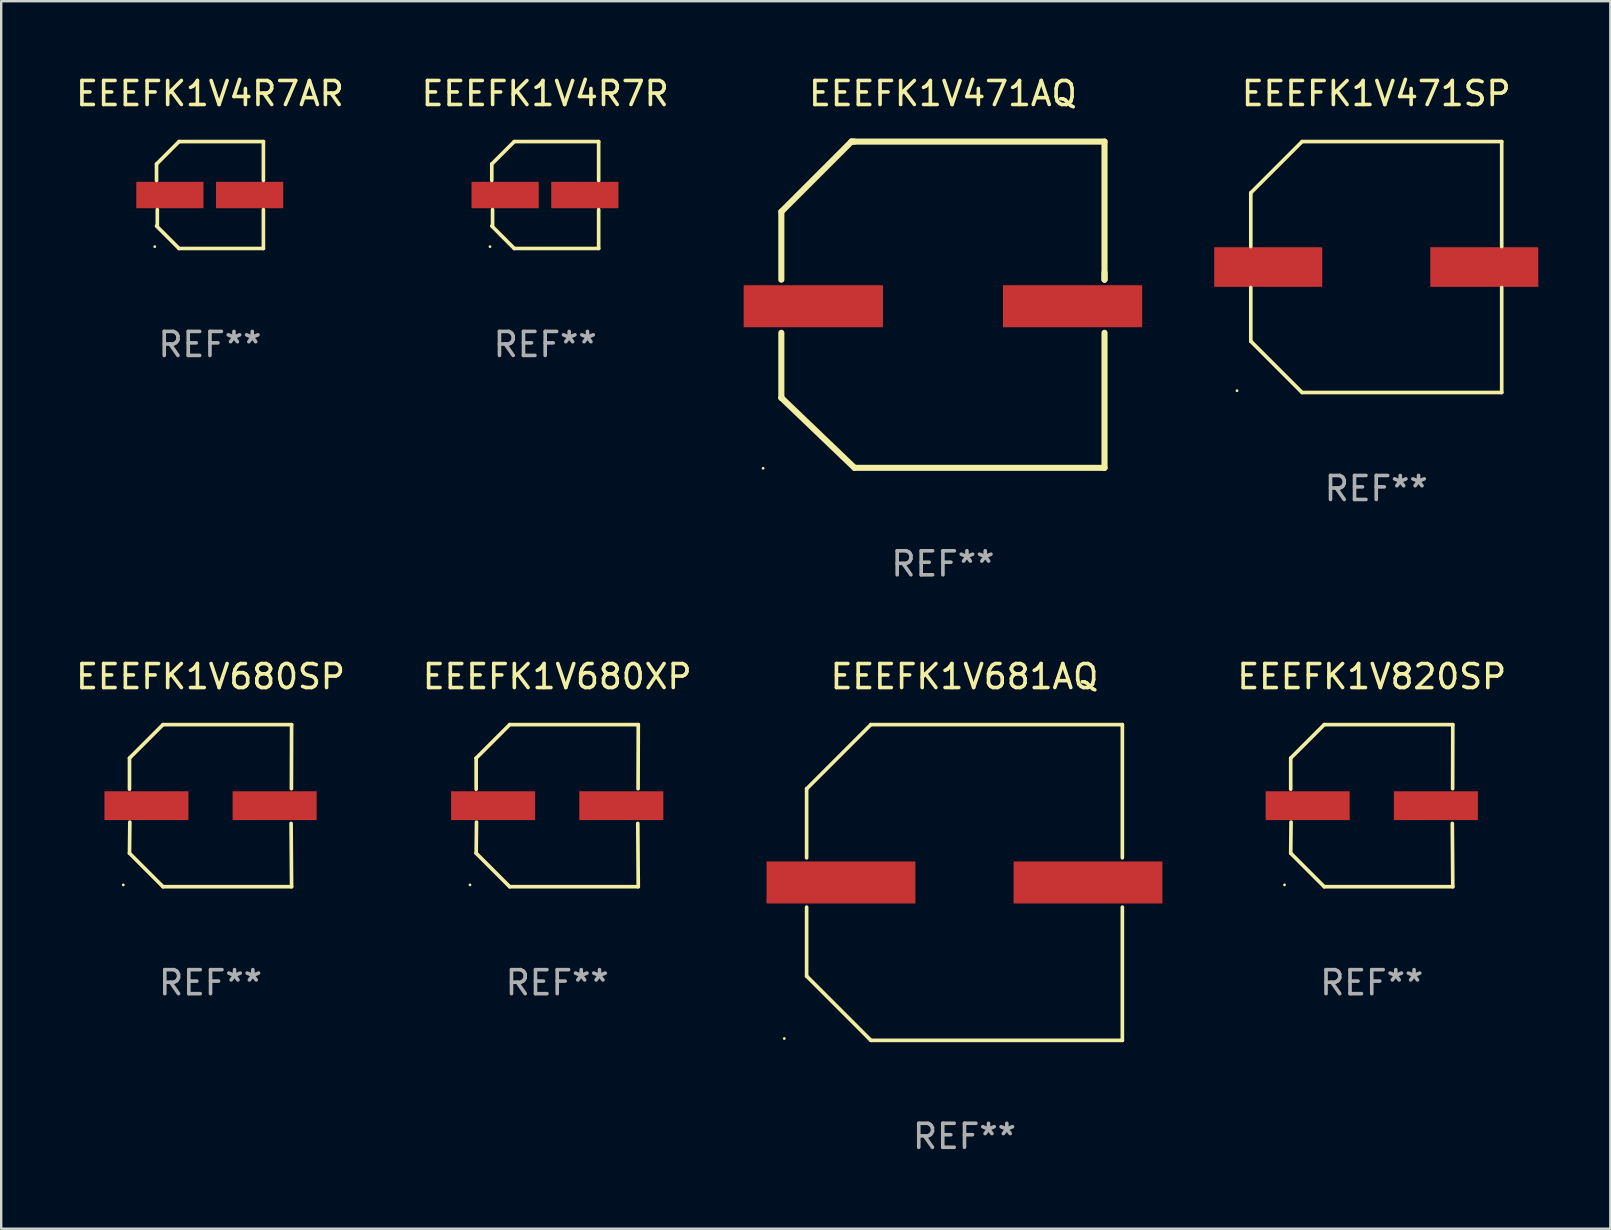
<source format=kicad_pcb>
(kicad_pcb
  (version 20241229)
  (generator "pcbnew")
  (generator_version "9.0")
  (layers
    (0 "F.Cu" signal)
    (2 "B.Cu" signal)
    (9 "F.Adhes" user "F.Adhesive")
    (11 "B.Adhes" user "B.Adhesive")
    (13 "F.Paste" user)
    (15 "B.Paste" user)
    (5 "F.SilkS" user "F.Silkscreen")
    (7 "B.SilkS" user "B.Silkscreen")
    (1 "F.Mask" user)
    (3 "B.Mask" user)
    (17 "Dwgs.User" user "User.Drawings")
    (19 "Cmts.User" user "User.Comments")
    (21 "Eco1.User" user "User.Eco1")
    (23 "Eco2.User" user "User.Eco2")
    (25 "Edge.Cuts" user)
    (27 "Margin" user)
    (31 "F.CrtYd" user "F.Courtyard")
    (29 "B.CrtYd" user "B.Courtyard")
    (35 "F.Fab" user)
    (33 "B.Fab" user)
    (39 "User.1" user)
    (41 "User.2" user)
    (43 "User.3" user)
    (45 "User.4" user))
  (footprint "EEEFK1V4R7R"
    (layer "F.Cu")
    (at 19.661 5.074)
    (property "Reference" "EEEFK1V4R7R" (at 0 -4.226 0) (layer "F.SilkS") (effects (font (size 1 1) (thickness 0.15))))
    (attr through_hole)
    (fp_line (start -2.226 -1.29) (end -2.226 -0.607) (stroke (width 0.152) (type solid)) (layer "F.SilkS"))
    (fp_line (start -2.193 1.29) (end -2.193 0.607) (stroke (width 0.152) (type solid)) (layer "F.SilkS"))
    (fp_line (start -1.29 2.226) (end -2.226 1.29) (stroke (width 0.152) (type solid)) (layer "F.SilkS"))
    (fp_line (start -1.29 -2.226) (end -2.226 -1.29) (stroke (width 0.152) (type solid)) (layer "F.SilkS"))
    (fp_line (start 2.226 -2.226) (end -1.29 -2.226) (stroke (width 0.152) (type solid)) (layer "F.SilkS"))
    (fp_line (start 2.226 -0.607) (end 2.226 -2.226) (stroke (width 0.152) (type solid)) (layer "F.SilkS"))
    (fp_line (start 2.226 0.607) (end 2.226 2.226) (stroke (width 0.152) (type solid)) (layer "F.SilkS"))
    (fp_line (start 2.226 2.226) (end -1.29 2.226) (stroke (width 0.152) (type solid)) (layer "F.SilkS"))
    (fp_circle (center -2.3 2.15) (end -2.27 2.15) (stroke (width 0.06) (type solid)) (fill no) (layer "F.SilkS"))
    (fp_text user "REF**" (at 0 6.226 0) (layer "F.Fab") (effects (font (size 1 1) (thickness 0.15))))
    (pad "1" smd rect (at -1.67 -0.000025) (size 2.8 1.1) (layers "F.Cu" "F.Mask" "F.Paste"))
    (pad "2" smd rect (at 1.651 -0.000025) (size 2.8 1.1) (layers "F.Cu" "F.Mask" "F.Paste")))
  (footprint "EEEFK1V680SP"
    (layer "F.Cu")
    (at 5.72 30.51)
    (property "Reference" "EEEFK1V680SP" (at 0 -5.376 0) (layer "F.SilkS") (effects (font (size 1 1) (thickness 0.15))))
    (attr through_hole)
    (fp_line (start -3.376 -1.98) (end -3.376 -0.686) (stroke (width 0.152) (type solid)) (layer "F.SilkS"))
    (fp_line (start -3.376 1.981) (end -3.362 0.686) (stroke (width 0.152) (type solid)) (layer "F.SilkS"))
    (fp_line (start -1.981 3.376) (end -3.376 1.981) (stroke (width 0.152) (type solid)) (layer "F.SilkS"))
    (fp_line (start -1.98 -3.376) (end -3.376 -1.98) (stroke (width 0.152) (type solid)) (layer "F.SilkS"))
    (fp_line (start 3.356 0.74) (end 3.376 3.376) (stroke (width 0.152) (type solid)) (layer "F.SilkS"))
    (fp_line (start 3.369 -0.707) (end 3.376 -3.376) (stroke (width 0.152) (type solid)) (layer "F.SilkS"))
    (fp_line (start 3.376 3.376) (end -1.981 3.376) (stroke (width 0.152) (type solid)) (layer "F.SilkS"))
    (fp_line (start 3.376 -3.376) (end -1.98 -3.376) (stroke (width 0.152) (type solid)) (layer "F.SilkS"))
    (fp_circle (center -3.634 3.3) (end -3.604 3.3) (stroke (width 0.06) (type solid)) (fill no) (layer "F.SilkS"))
    (fp_text user "REF**" (at 0 7.376 0) (layer "F.Fab") (effects (font (size 1 1) (thickness 0.15))))
    (pad "1" smd rect (at -2.67 0.000254) (size 3.5 1.2) (layers "F.Cu" "F.Mask" "F.Paste"))
    (pad "2" smd rect (at 2.67 0.000254) (size 3.5 1.2) (layers "F.Cu" "F.Mask" "F.Paste")))
  (footprint "EEEFK1V681AQ"
    (layer "F.Cu")
    (at 37.126 33.71)
    (property "Reference" "EEEFK1V681AQ" (at 0 -8.576 0) (layer "F.SilkS") (effects (font (size 1 1) (thickness 0.15))))
    (attr through_hole)
    (fp_line (start -6.576 -3.9) (end -6.576 -1.027) (stroke (width 0.152) (type solid)) (layer "F.SilkS"))
    (fp_line (start -6.576 3.9) (end -6.576 1.027) (stroke (width 0.152) (type solid)) (layer "F.SilkS"))
    (fp_line (start -3.9 -6.576) (end -6.576 -3.9) (stroke (width 0.152) (type solid)) (layer "F.SilkS"))
    (fp_line (start -3.9 6.576) (end -6.576 3.9) (stroke (width 0.152) (type solid)) (layer "F.SilkS"))
    (fp_line (start 6.576 -6.576) (end -3.9 -6.576) (stroke (width 0.152) (type solid)) (layer "F.SilkS"))
    (fp_line (start 6.576 -1.027) (end 6.576 -6.576) (stroke (width 0.152) (type solid)) (layer "F.SilkS"))
    (fp_line (start 6.576 1.027) (end 6.576 6.576) (stroke (width 0.152) (type solid)) (layer "F.SilkS"))
    (fp_line (start 6.576 6.576) (end -3.9 6.576) (stroke (width 0.152) (type solid)) (layer "F.SilkS"))
    (fp_circle (center -7.506 6.5) (end -7.476 6.5) (stroke (width 0.06) (type solid)) (fill no) (layer "F.SilkS"))
    (fp_text user "REF**" (at 0 10.576 0) (layer "F.Fab") (effects (font (size 1 1) (thickness 0.15))))
    (pad "1" smd rect (at -5.145 0) (size 6.2 1.75) (layers "F.Cu" "F.Mask" "F.Paste"))
    (pad "2" smd rect (at 5.145 0) (size 6.2 1.75) (layers "F.Cu" "F.Mask" "F.Paste")))
  (footprint "EEEFK1V471AQ"
    (layer "F.Cu")
    (at 36.228 9.643)
    (property "Reference" "EEEFK1V471AQ" (at 0 -8.795 0) (layer "F.SilkS") (effects (font (size 1 1) (thickness 0.15))))
    (attr through_hole)
    (fp_line (start -6.731 -3.874) (end -6.731 -1.043) (stroke (width 0.254) (type solid)) (layer "F.SilkS"))
    (fp_line (start -6.731 1.17) (end -6.731 3.874) (stroke (width 0.254) (type solid)) (layer "F.SilkS"))
    (fp_line (start -6.731 3.874) (end -6.722 3.884) (stroke (width 0.254) (type solid)) (layer "F.SilkS"))
    (fp_line (start -6.722 3.884) (end -3.683 6.795) (stroke (width 0.254) (type solid)) (layer "F.SilkS"))
    (fp_line (start -3.81 -6.795) (end -6.731 -3.874) (stroke (width 0.254) (type solid)) (layer "F.SilkS"))
    (fp_line (start -3.687 -6.795) (end -3.81 -6.795) (stroke (width 0.254) (type solid)) (layer "F.SilkS"))
    (fp_line (start -3.683 6.795) (end 6.731 6.795) (stroke (width 0.254) (type solid)) (layer "F.SilkS"))
    (fp_line (start 6.731 -6.795) (end -3.81 -6.795) (stroke (width 0.254) (type solid)) (layer "F.SilkS"))
    (fp_line (start 6.731 -1.043) (end 6.731 -6.795) (stroke (width 0.254) (type solid)) (layer "F.SilkS"))
    (fp_line (start 6.731 -1.043) (end 6.731 -1.332) (stroke (width 0.254) (type solid)) (layer "F.SilkS"))
    (fp_line (start 6.731 6.795) (end 6.731 1.17) (stroke (width 0.254) (type solid)) (layer "F.SilkS"))
    (fp_circle (center -7.491 6.813) (end -7.461 6.813) (stroke (width 0.06) (type solid)) (fill no) (layer "F.SilkS"))
    (fp_text user "REF**" (at 0 10.795 0) (layer "F.Fab") (effects (font (size 1 1) (thickness 0.15))))
    (pad "1" smd rect (at -5.4 0.063) (size 5.8 1.75) (layers "F.Cu" "F.Mask" "F.Paste"))
    (pad "2" smd rect (at 5.4 0.063) (size 5.8 1.75) (layers "F.Cu" "F.Mask" "F.Paste")))
  (footprint "EEEFK1V680XP"
    (layer "F.Cu")
    (at 20.161 30.51)
    (property "Reference" "EEEFK1V680XP" (at 0 -5.376 0) (layer "F.SilkS") (effects (font (size 1 1) (thickness 0.15))))
    (attr through_hole)
    (fp_line (start -3.376 -1.98) (end -3.376 -0.686) (stroke (width 0.152) (type solid)) (layer "F.SilkS"))
    (fp_line (start -3.376 1.981) (end -3.362 0.686) (stroke (width 0.152) (type solid)) (layer "F.SilkS"))
    (fp_line (start -1.981 3.376) (end -3.376 1.981) (stroke (width 0.152) (type solid)) (layer "F.SilkS"))
    (fp_line (start -1.98 -3.376) (end -3.376 -1.98) (stroke (width 0.152) (type solid)) (layer "F.SilkS"))
    (fp_line (start 3.356 0.74) (end 3.376 3.376) (stroke (width 0.152) (type solid)) (layer "F.SilkS"))
    (fp_line (start 3.369 -0.707) (end 3.376 -3.376) (stroke (width 0.152) (type solid)) (layer "F.SilkS"))
    (fp_line (start 3.376 3.376) (end -1.981 3.376) (stroke (width 0.152) (type solid)) (layer "F.SilkS"))
    (fp_line (start 3.376 -3.376) (end -1.98 -3.376) (stroke (width 0.152) (type solid)) (layer "F.SilkS"))
    (fp_circle (center -3.634 3.3) (end -3.604 3.3) (stroke (width 0.06) (type solid)) (fill no) (layer "F.SilkS"))
    (fp_text user "REF**" (at 0 7.376 0) (layer "F.Fab") (effects (font (size 1 1) (thickness 0.15))))
    (pad "1" smd rect (at -2.67 0.000254) (size 3.5 1.2) (layers "F.Cu" "F.Mask" "F.Paste"))
    (pad "2" smd rect (at 2.67 0.000254) (size 3.5 1.2) (layers "F.Cu" "F.Mask" "F.Paste")))
  (footprint "EEEFK1V820SP"
    (layer "F.Cu")
    (at 54.091 30.51)
    (property "Reference" "EEEFK1V820SP" (at 0 -5.376 0) (layer "F.SilkS") (effects (font (size 1 1) (thickness 0.15))))
    (attr through_hole)
    (fp_line (start -3.376 -1.98) (end -3.376 -0.686) (stroke (width 0.152) (type solid)) (layer "F.SilkS"))
    (fp_line (start -3.376 1.981) (end -3.362 0.686) (stroke (width 0.152) (type solid)) (layer "F.SilkS"))
    (fp_line (start -1.981 3.376) (end -3.376 1.981) (stroke (width 0.152) (type solid)) (layer "F.SilkS"))
    (fp_line (start -1.98 -3.376) (end -3.376 -1.98) (stroke (width 0.152) (type solid)) (layer "F.SilkS"))
    (fp_line (start 3.356 0.74) (end 3.376 3.376) (stroke (width 0.152) (type solid)) (layer "F.SilkS"))
    (fp_line (start 3.369 -0.707) (end 3.376 -3.376) (stroke (width 0.152) (type solid)) (layer "F.SilkS"))
    (fp_line (start 3.376 3.376) (end -1.981 3.376) (stroke (width 0.152) (type solid)) (layer "F.SilkS"))
    (fp_line (start 3.376 -3.376) (end -1.98 -3.376) (stroke (width 0.152) (type solid)) (layer "F.SilkS"))
    (fp_circle (center -3.634 3.3) (end -3.604 3.3) (stroke (width 0.06) (type solid)) (fill no) (layer "F.SilkS"))
    (fp_text user "REF**" (at 0 7.376 0) (layer "F.Fab") (effects (font (size 1 1) (thickness 0.15))))
    (pad "1" smd rect (at -2.67 0.000254) (size 3.5 1.2) (layers "F.Cu" "F.Mask" "F.Paste"))
    (pad "2" smd rect (at 2.67 0.000254) (size 3.5 1.2) (layers "F.Cu" "F.Mask" "F.Paste")))
  (footprint "EEEFK1V4R7AR"
    (layer "F.Cu")
    (at 5.696 5.074)
    (property "Reference" "EEEFK1V4R7AR" (at 0 -4.226 0) (layer "F.SilkS") (effects (font (size 1 1) (thickness 0.15))))
    (attr through_hole)
    (fp_line (start -2.226 -1.29) (end -2.226 -0.607) (stroke (width 0.152) (type solid)) (layer "F.SilkS"))
    (fp_line (start -2.193 1.29) (end -2.193 0.607) (stroke (width 0.152) (type solid)) (layer "F.SilkS"))
    (fp_line (start -1.29 2.226) (end -2.226 1.29) (stroke (width 0.152) (type solid)) (layer "F.SilkS"))
    (fp_line (start -1.29 -2.226) (end -2.226 -1.29) (stroke (width 0.152) (type solid)) (layer "F.SilkS"))
    (fp_line (start 2.226 -2.226) (end -1.29 -2.226) (stroke (width 0.152) (type solid)) (layer "F.SilkS"))
    (fp_line (start 2.226 -0.607) (end 2.226 -2.226) (stroke (width 0.152) (type solid)) (layer "F.SilkS"))
    (fp_line (start 2.226 0.607) (end 2.226 2.226) (stroke (width 0.152) (type solid)) (layer "F.SilkS"))
    (fp_line (start 2.226 2.226) (end -1.29 2.226) (stroke (width 0.152) (type solid)) (layer "F.SilkS"))
    (fp_circle (center -2.3 2.15) (end -2.27 2.15) (stroke (width 0.06) (type solid)) (fill no) (layer "F.SilkS"))
    (fp_text user "REF**" (at 0 6.226 0) (layer "F.Fab") (effects (font (size 1 1) (thickness 0.15))))
    (pad "1" smd rect (at -1.67 -0.000025) (size 2.8 1.1) (layers "F.Cu" "F.Mask" "F.Paste"))
    (pad "2" smd rect (at 1.651 -0.000025) (size 2.8 1.1) (layers "F.Cu" "F.Mask" "F.Paste")))
  (footprint "EEEFK1V471SP"
    (layer "F.Cu")
    (at 54.278 8.074)
    (property "Reference" "EEEFK1V471SP" (at 0 -7.226 0) (layer "F.SilkS") (effects (font (size 1 1) (thickness 0.15))))
    (attr through_hole)
    (fp_line (start -5.226 -3.09) (end -5.226 -0.852) (stroke (width 0.152) (type solid)) (layer "F.SilkS"))
    (fp_line (start -5.226 3.09) (end -5.226 0.852) (stroke (width 0.152) (type solid)) (layer "F.SilkS"))
    (fp_line (start -3.09 -5.226) (end -5.226 -3.09) (stroke (width 0.152) (type solid)) (layer "F.SilkS"))
    (fp_line (start -3.09 5.226) (end -5.226 3.09) (stroke (width 0.152) (type solid)) (layer "F.SilkS"))
    (fp_line (start 5.226 -5.226) (end -3.09 -5.226) (stroke (width 0.152) (type solid)) (layer "F.SilkS"))
    (fp_line (start 5.226 -0.852) (end 5.226 -5.226) (stroke (width 0.152) (type solid)) (layer "F.SilkS"))
    (fp_line (start 5.226 0.852) (end 5.226 5.226) (stroke (width 0.152) (type solid)) (layer "F.SilkS"))
    (fp_line (start 5.226 5.226) (end -3.09 5.226) (stroke (width 0.152) (type solid)) (layer "F.SilkS"))
    (fp_circle (center -5.8 5.15) (end -5.77 5.15) (stroke (width 0.06) (type solid)) (fill no) (layer "F.SilkS"))
    (fp_text user "REF**" (at 0 9.226 0) (layer "F.Fab") (effects (font (size 1 1) (thickness 0.15))))
    (pad "1" smd rect (at -4.5 0) (size 4.5 1.65) (layers "F.Cu" "F.Mask" "F.Paste"))
    (pad "2" smd rect (at 4.5 0) (size 4.5 1.65) (layers "F.Cu" "F.Mask" "F.Paste")))
  (gr_rect
    (start -3 -3)
    (end 64.028 48.134)
    (stroke (width 0.1) (type default))
    (fill no)
    (layer "Edge.Cuts")))
</source>
